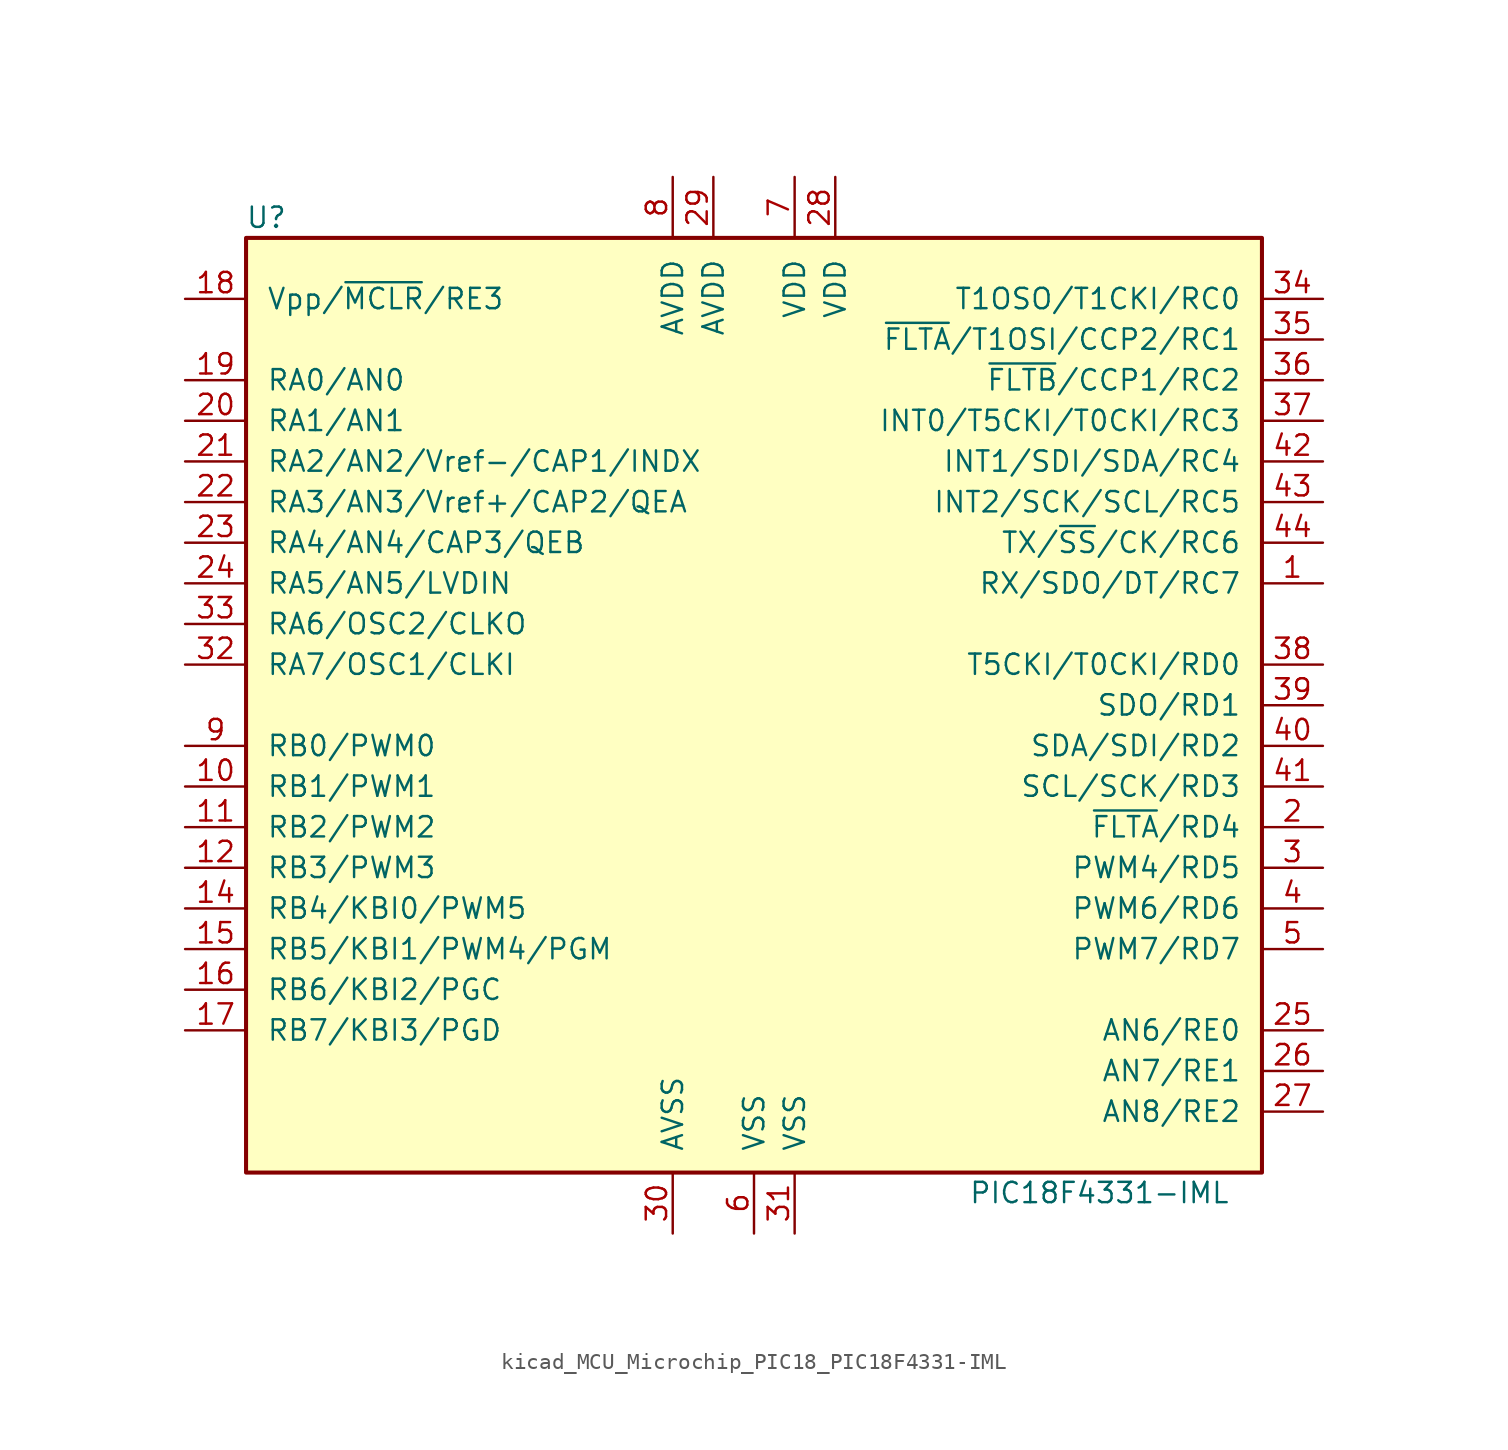
<source format=kicad_sym>
(kicad_symbol_lib
  (version 20220914)
  (generator kicad_symbol_editor)
  (symbol "kicad_MCU_Microchip_PIC18_PIC18F4331-IML"
    (pin_names
      (offset 1.27))
    (property "Reference" "U"
      (at -30.48 30.48 0)
      (effects (font (size 1.27 1.27))))
    (property "Value" "PIC18F4331-IML"
      (at 21.59 -30.48 0)
      (effects (font (size 1.27 1.27))))
    (symbol "kicad_MCU_Microchip_PIC18_PIC18F4331-IML_0_1"
      (rectangle (start -31.75 29.21) (end 31.75 -29.21) (stroke (width 0.254) (type default)) (fill (type background))))
    (symbol "kicad_MCU_Microchip_PIC18_PIC18F4331-IML_1_1"
      (pin bidirectional line (at 35.56 7.62 180) (length 3.81) (name "RX/SDO/DT/RC7" (effects (font (size 1.27 1.27)))) (number "1" (effects (font (size 1.27 1.27)))))
      (pin bidirectional line (at -35.56 -5.08 0) (length 3.81) (name "RB1/PWM1" (effects (font (size 1.27 1.27)))) (number "10" (effects (font (size 1.27 1.27)))))
      (pin bidirectional line (at -35.56 -7.62 0) (length 3.81) (name "RB2/PWM2" (effects (font (size 1.27 1.27)))) (number "11" (effects (font (size 1.27 1.27)))))
      (pin bidirectional line (at -35.56 -10.16 0) (length 3.81) (name "RB3/PWM3" (effects (font (size 1.27 1.27)))) (number "12" (effects (font (size 1.27 1.27)))))
      (pin no_connect line (at -10.16 -29.21 90) (length 3.81) hide (name "NC" (effects (font (size 1.27 1.27)))) (number "13" (effects (font (size 1.27 1.27)))))
      (pin bidirectional line (at -35.56 -12.7 0) (length 3.81) (name "RB4/KBI0/PWM5" (effects (font (size 1.27 1.27)))) (number "14" (effects (font (size 1.27 1.27)))))
      (pin bidirectional line (at -35.56 -15.24 0) (length 3.81) (name "RB5/KBI1/PWM4/PGM" (effects (font (size 1.27 1.27)))) (number "15" (effects (font (size 1.27 1.27)))))
      (pin bidirectional line (at -35.56 -17.78 0) (length 3.81) (name "RB6/KBI2/PGC" (effects (font (size 1.27 1.27)))) (number "16" (effects (font (size 1.27 1.27)))))
      (pin bidirectional line (at -35.56 -20.32 0) (length 3.81) (name "RB7/KBI3/PGD" (effects (font (size 1.27 1.27)))) (number "17" (effects (font (size 1.27 1.27)))))
      (pin input line (at -35.56 25.4 0) (length 3.81) (name "Vpp/~{MCLR}/RE3" (effects (font (size 1.27 1.27)))) (number "18" (effects (font (size 1.27 1.27)))))
      (pin bidirectional line (at -35.56 20.32 0) (length 3.81) (name "RA0/AN0" (effects (font (size 1.27 1.27)))) (number "19" (effects (font (size 1.27 1.27)))))
      (pin bidirectional line (at 35.56 -7.62 180) (length 3.81) (name "~{FLTA}/RD4" (effects (font (size 1.27 1.27)))) (number "2" (effects (font (size 1.27 1.27)))))
      (pin bidirectional line (at -35.56 17.78 0) (length 3.81) (name "RA1/AN1" (effects (font (size 1.27 1.27)))) (number "20" (effects (font (size 1.27 1.27)))))
      (pin bidirectional line (at -35.56 15.24 0) (length 3.81) (name "RA2/AN2/Vref-/CAP1/INDX" (effects (font (size 1.27 1.27)))) (number "21" (effects (font (size 1.27 1.27)))))
      (pin bidirectional line (at -35.56 12.7 0) (length 3.81) (name "RA3/AN3/Vref+/CAP2/QEA" (effects (font (size 1.27 1.27)))) (number "22" (effects (font (size 1.27 1.27)))))
      (pin bidirectional line (at -35.56 10.16 0) (length 3.81) (name "RA4/AN4/CAP3/QEB" (effects (font (size 1.27 1.27)))) (number "23" (effects (font (size 1.27 1.27)))))
      (pin bidirectional line (at -35.56 7.62 0) (length 3.81) (name "RA5/AN5/LVDIN" (effects (font (size 1.27 1.27)))) (number "24" (effects (font (size 1.27 1.27)))))
      (pin bidirectional line (at 35.56 -20.32 180) (length 3.81) (name "AN6/RE0" (effects (font (size 1.27 1.27)))) (number "25" (effects (font (size 1.27 1.27)))))
      (pin bidirectional line (at 35.56 -22.86 180) (length 3.81) (name "AN7/RE1" (effects (font (size 1.27 1.27)))) (number "26" (effects (font (size 1.27 1.27)))))
      (pin bidirectional line (at 35.56 -25.4 180) (length 3.81) (name "AN8/RE2" (effects (font (size 1.27 1.27)))) (number "27" (effects (font (size 1.27 1.27)))))
      (pin power_in line (at 5.08 33.02 270) (length 3.81) (name "VDD" (effects (font (size 1.27 1.27)))) (number "28" (effects (font (size 1.27 1.27)))))
      (pin power_in line (at -2.54 33.02 270) (length 3.81) (name "AVDD" (effects (font (size 1.27 1.27)))) (number "29" (effects (font (size 1.27 1.27)))))
      (pin bidirectional line (at 35.56 -10.16 180) (length 3.81) (name "PWM4/RD5" (effects (font (size 1.27 1.27)))) (number "3" (effects (font (size 1.27 1.27)))))
      (pin power_in line (at -5.08 -33.02 90) (length 3.81) (name "AVSS" (effects (font (size 1.27 1.27)))) (number "30" (effects (font (size 1.27 1.27)))))
      (pin power_in line (at 2.54 -33.02 90) (length 3.81) (name "VSS" (effects (font (size 1.27 1.27)))) (number "31" (effects (font (size 1.27 1.27)))))
      (pin bidirectional line (at -35.56 2.54 0) (length 3.81) (name "RA7/OSC1/CLKI" (effects (font (size 1.27 1.27)))) (number "32" (effects (font (size 1.27 1.27)))))
      (pin bidirectional line (at -35.56 5.08 0) (length 3.81) (name "RA6/OSC2/CLKO" (effects (font (size 1.27 1.27)))) (number "33" (effects (font (size 1.27 1.27)))))
      (pin bidirectional line (at 35.56 25.4 180) (length 3.81) (name "T1OSO/T1CKI/RC0" (effects (font (size 1.27 1.27)))) (number "34" (effects (font (size 1.27 1.27)))))
      (pin bidirectional line (at 35.56 22.86 180) (length 3.81) (name "~{FLTA}/T1OSI/CCP2/RC1" (effects (font (size 1.27 1.27)))) (number "35" (effects (font (size 1.27 1.27)))))
      (pin bidirectional line (at 35.56 20.32 180) (length 3.81) (name "~{FLTB}/CCP1/RC2" (effects (font (size 1.27 1.27)))) (number "36" (effects (font (size 1.27 1.27)))))
      (pin bidirectional line (at 35.56 17.78 180) (length 3.81) (name "INT0/T5CKI/T0CKI/RC3" (effects (font (size 1.27 1.27)))) (number "37" (effects (font (size 1.27 1.27)))))
      (pin bidirectional line (at 35.56 2.54 180) (length 3.81) (name "T5CKI/T0CKI/RD0" (effects (font (size 1.27 1.27)))) (number "38" (effects (font (size 1.27 1.27)))))
      (pin bidirectional line (at 35.56 0 180) (length 3.81) (name "SDO/RD1" (effects (font (size 1.27 1.27)))) (number "39" (effects (font (size 1.27 1.27)))))
      (pin bidirectional line (at 35.56 -12.7 180) (length 3.81) (name "PWM6/RD6" (effects (font (size 1.27 1.27)))) (number "4" (effects (font (size 1.27 1.27)))))
      (pin bidirectional line (at 35.56 -2.54 180) (length 3.81) (name "SDA/SDI/RD2" (effects (font (size 1.27 1.27)))) (number "40" (effects (font (size 1.27 1.27)))))
      (pin bidirectional line (at 35.56 -5.08 180) (length 3.81) (name "SCL/SCK/RD3" (effects (font (size 1.27 1.27)))) (number "41" (effects (font (size 1.27 1.27)))))
      (pin bidirectional line (at 35.56 15.24 180) (length 3.81) (name "INT1/SDI/SDA/RC4" (effects (font (size 1.27 1.27)))) (number "42" (effects (font (size 1.27 1.27)))))
      (pin bidirectional line (at 35.56 12.7 180) (length 3.81) (name "INT2/SCK/SCL/RC5" (effects (font (size 1.27 1.27)))) (number "43" (effects (font (size 1.27 1.27)))))
      (pin bidirectional line (at 35.56 10.16 180) (length 3.81) (name "TX/~{SS}/CK/RC6" (effects (font (size 1.27 1.27)))) (number "44" (effects (font (size 1.27 1.27)))))
      (pin bidirectional line (at 35.56 -15.24 180) (length 3.81) (name "PWM7/RD7" (effects (font (size 1.27 1.27)))) (number "5" (effects (font (size 1.27 1.27)))))
      (pin power_in line (at 0 -33.02 90) (length 3.81) (name "VSS" (effects (font (size 1.27 1.27)))) (number "6" (effects (font (size 1.27 1.27)))))
      (pin power_in line (at 2.54 33.02 270) (length 3.81) (name "VDD" (effects (font (size 1.27 1.27)))) (number "7" (effects (font (size 1.27 1.27)))))
      (pin power_in line (at -5.08 33.02 270) (length 3.81) (name "AVDD" (effects (font (size 1.27 1.27)))) (number "8" (effects (font (size 1.27 1.27)))))
      (pin bidirectional line (at -35.56 -2.54 0) (length 3.81) (name "RB0/PWM0" (effects (font (size 1.27 1.27)))) (number "9" (effects (font (size 1.27 1.27))))))))
</source>
